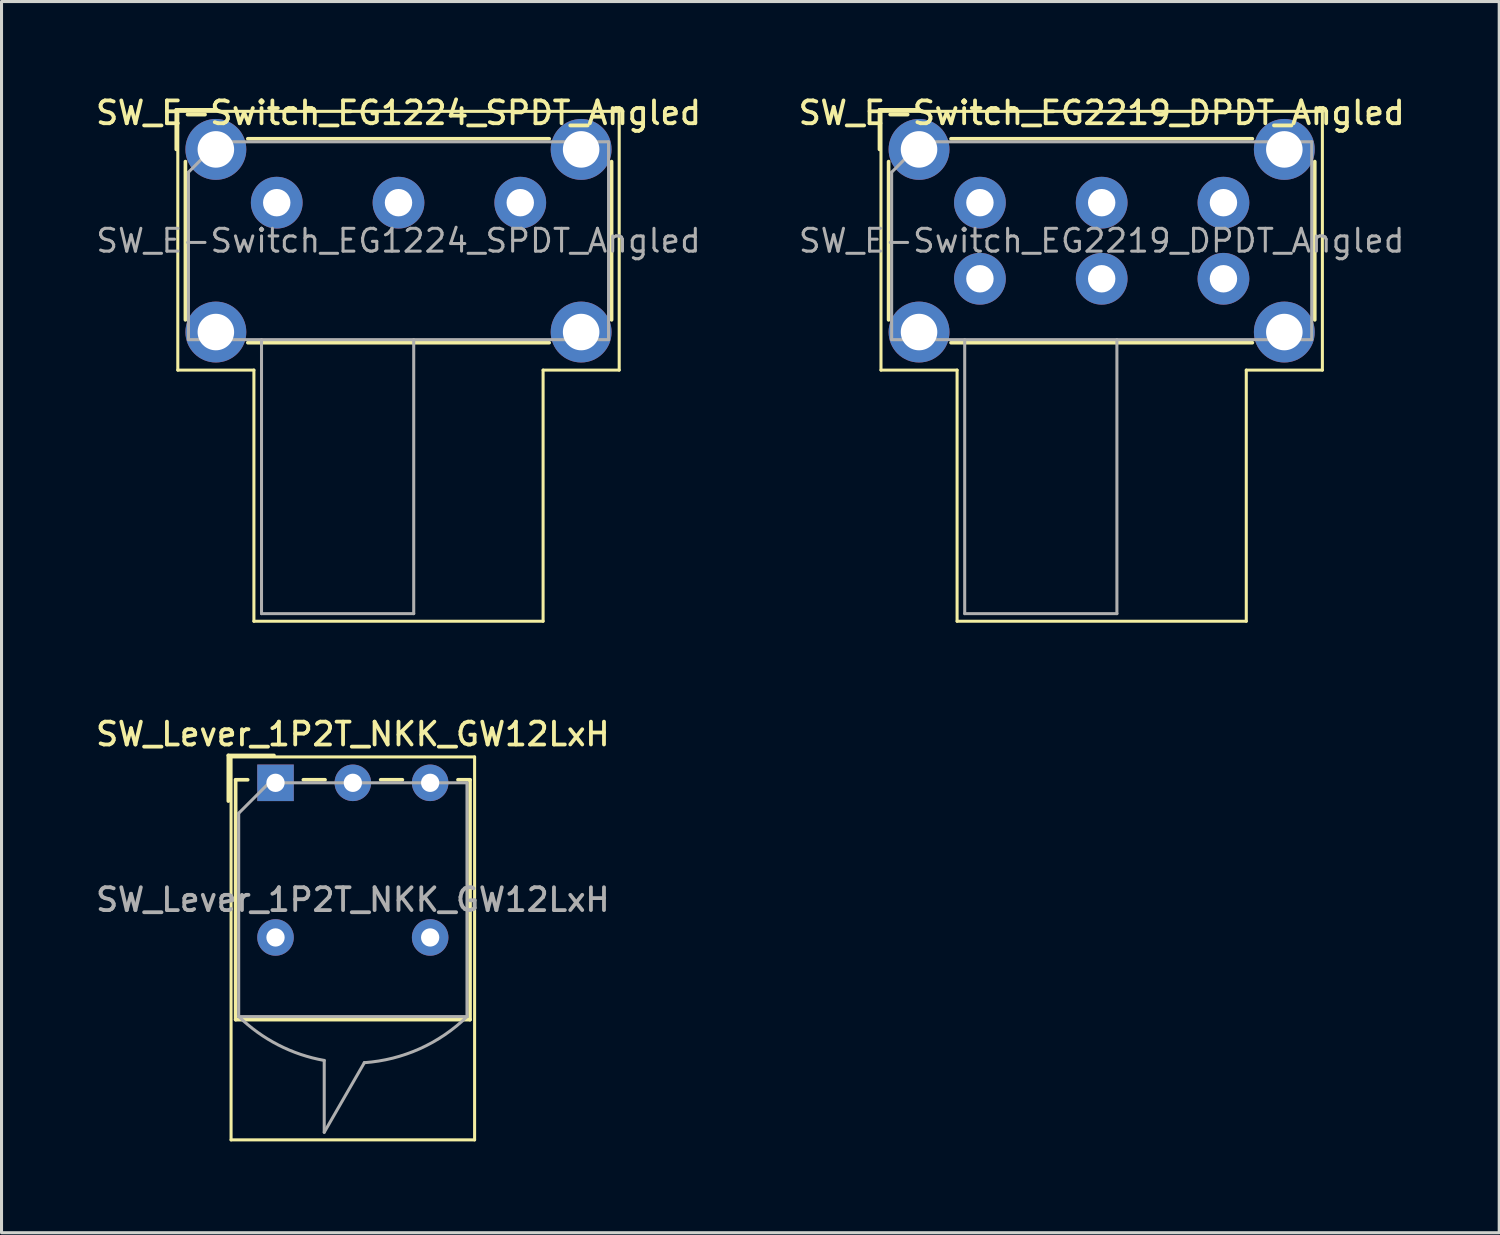
<source format=kicad_pcb>
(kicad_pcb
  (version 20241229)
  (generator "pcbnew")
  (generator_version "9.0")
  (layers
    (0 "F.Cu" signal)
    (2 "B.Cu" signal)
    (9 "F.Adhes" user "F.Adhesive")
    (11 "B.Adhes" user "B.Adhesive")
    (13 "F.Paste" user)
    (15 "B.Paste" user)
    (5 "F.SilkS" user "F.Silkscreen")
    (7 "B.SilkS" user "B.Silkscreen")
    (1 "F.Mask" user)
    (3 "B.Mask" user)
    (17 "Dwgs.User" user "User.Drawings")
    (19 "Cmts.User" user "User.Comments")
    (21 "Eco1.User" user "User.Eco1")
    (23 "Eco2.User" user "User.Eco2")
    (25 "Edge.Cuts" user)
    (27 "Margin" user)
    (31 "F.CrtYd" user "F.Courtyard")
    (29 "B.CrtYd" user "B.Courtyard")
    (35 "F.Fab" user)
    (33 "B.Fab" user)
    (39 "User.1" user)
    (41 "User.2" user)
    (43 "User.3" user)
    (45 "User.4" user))
  (footprint "SW_E-Switch_EG1224_SPDT_Angled"
    (layer "F.Cu")
    (at 6.041 3.608)
    (property "Reference" "SW_E-Switch_EG1224_SPDT_Angled" (at 4 -2.95 0) (layer "F.SilkS") (effects (font (size 0.75 0.75) (thickness 0.125))))
    (attr through_hole)
    (fp_line (start -3.3 -3.05) (end -2 -3.05) (stroke (width 0.12) (type solid)) (layer "F.SilkS"))
    (fp_line (start -3.3 -1.75) (end -3.3 -3.05) (stroke (width 0.12) (type solid)) (layer "F.SilkS"))
    (fp_line (start -3.25 -3) (end 11.25 -3) (stroke (width 0.1) (type solid)) (layer "F.SilkS"))
    (fp_line (start -3.25 5.5) (end -3.25 -3) (stroke (width 0.1) (type solid)) (layer "F.SilkS"))
    (fp_line (start -3 3.85) (end -3 -1.35) (stroke (width 0.12) (type solid)) (layer "F.SilkS"))
    (fp_line (start -0.95 -2.1) (end 8.95 -2.1) (stroke (width 0.12) (type solid)) (layer "F.SilkS"))
    (fp_line (start -0.75 5.5) (end -3.25 5.5) (stroke (width 0.1) (type solid)) (layer "F.SilkS"))
    (fp_line (start -0.75 13.75) (end -0.75 5.5) (stroke (width 0.1) (type solid)) (layer "F.SilkS"))
    (fp_line (start 8.75 5.5) (end 8.75 13.75) (stroke (width 0.1) (type solid)) (layer "F.SilkS"))
    (fp_line (start 8.75 13.75) (end -0.75 13.75) (stroke (width 0.1) (type solid)) (layer "F.SilkS"))
    (fp_line (start 8.95 4.6) (end -0.95 4.6) (stroke (width 0.12) (type solid)) (layer "F.SilkS"))
    (fp_line (start 11 -1.35) (end 11 3.85) (stroke (width 0.12) (type solid)) (layer "F.SilkS"))
    (fp_line (start 11.25 -3) (end 11.25 5.5) (stroke (width 0.1) (type solid)) (layer "F.SilkS"))
    (fp_line (start 11.25 5.5) (end 8.75 5.5) (stroke (width 0.1) (type solid)) (layer "F.SilkS"))
    (fp_line (start -2.9 4.5) (end -2.9 -1) (stroke (width 0.1) (type solid)) (layer "F.Fab"))
    (fp_line (start -1.9 -2) (end -2.9 -1) (stroke (width 0.1) (type solid)) (layer "F.Fab"))
    (fp_line (start -1.9 -2) (end 10.9 -2) (stroke (width 0.1) (type solid)) (layer "F.Fab"))
    (fp_line (start -0.5 13.5) (end -0.5 4.5) (stroke (width 0.1) (type solid)) (layer "F.Fab"))
    (fp_line (start 4.5 4.5) (end 4.5 13.5) (stroke (width 0.1) (type solid)) (layer "F.Fab"))
    (fp_line (start 4.5 13.5) (end -0.5 13.5) (stroke (width 0.1) (type solid)) (layer "F.Fab"))
    (fp_line (start 10.9 -2) (end 10.9 4.5) (stroke (width 0.1) (type solid)) (layer "F.Fab"))
    (fp_line (start 10.9 4.5) (end -2.9 4.5) (stroke (width 0.1) (type solid)) (layer "F.Fab"))
    (fp_text user "${REFERENCE}" (at 4 1.25 0) (layer "F.Fab") (effects (font (size 0.75 0.75) (thickness 0.1))))
    (pad "" thru_hole circle (at -2 -1.75) (size 2 2) (drill 1.2) (layers "*.Cu" "*.Mask"))
    (pad "" thru_hole circle (at -2 4.25) (size 2 2) (drill 1.2) (layers "*.Cu" "*.Mask"))
    (pad "" thru_hole circle (at 10 -1.75) (size 2 2) (drill 1.2) (layers "*.Cu" "*.Mask"))
    (pad "" thru_hole circle (at 10 4.25) (size 2 2) (drill 1.2) (layers "*.Cu" "*.Mask"))
    (pad "1" thru_hole circle (at 0 0) (size 1.7 1.7) (drill 0.9) (layers "*.Cu" "*.Mask"))
    (pad "2" thru_hole circle (at 4 0) (size 1.7 1.7) (drill 0.9) (layers "*.Cu" "*.Mask"))
    (pad "3" thru_hole circle (at 8 0) (size 1.7 1.7) (drill 0.9) (layers "*.Cu" "*.Mask")))
  (footprint "SW_E-Switch_EG2219_DPDT_Angled"
    (layer "F.Cu")
    (at 29.141 3.608)
    (property "Reference" "SW_E-Switch_EG2219_DPDT_Angled" (at 4 -2.95 0) (layer "F.SilkS") (effects (font (size 0.75 0.75) (thickness 0.125))))
    (attr through_hole)
    (fp_line (start -3.3 -3.05) (end -2 -3.05) (stroke (width 0.12) (type solid)) (layer "F.SilkS"))
    (fp_line (start -3.3 -1.75) (end -3.3 -3.05) (stroke (width 0.12) (type solid)) (layer "F.SilkS"))
    (fp_line (start -3.25 -3) (end 11.25 -3) (stroke (width 0.1) (type solid)) (layer "F.SilkS"))
    (fp_line (start -3.25 5.5) (end -3.25 -3) (stroke (width 0.1) (type solid)) (layer "F.SilkS"))
    (fp_line (start -3 3.85) (end -3 -1.35) (stroke (width 0.12) (type solid)) (layer "F.SilkS"))
    (fp_line (start -0.95 -2.1) (end 8.95 -2.1) (stroke (width 0.12) (type solid)) (layer "F.SilkS"))
    (fp_line (start -0.75 5.5) (end -3.25 5.5) (stroke (width 0.1) (type solid)) (layer "F.SilkS"))
    (fp_line (start -0.75 13.75) (end -0.75 5.5) (stroke (width 0.1) (type solid)) (layer "F.SilkS"))
    (fp_line (start 8.75 5.5) (end 8.75 13.75) (stroke (width 0.1) (type solid)) (layer "F.SilkS"))
    (fp_line (start 8.75 13.75) (end -0.75 13.75) (stroke (width 0.1) (type solid)) (layer "F.SilkS"))
    (fp_line (start 8.95 4.6) (end -0.95 4.6) (stroke (width 0.12) (type solid)) (layer "F.SilkS"))
    (fp_line (start 11 -1.35) (end 11 3.85) (stroke (width 0.12) (type solid)) (layer "F.SilkS"))
    (fp_line (start 11.25 -3) (end 11.25 5.5) (stroke (width 0.1) (type solid)) (layer "F.SilkS"))
    (fp_line (start 11.25 5.5) (end 8.75 5.5) (stroke (width 0.1) (type solid)) (layer "F.SilkS"))
    (fp_line (start -2.9 4.5) (end -2.9 -1) (stroke (width 0.1) (type solid)) (layer "F.Fab"))
    (fp_line (start -1.9 -2) (end -2.9 -1) (stroke (width 0.1) (type solid)) (layer "F.Fab"))
    (fp_line (start -1.9 -2) (end 10.9 -2) (stroke (width 0.1) (type solid)) (layer "F.Fab"))
    (fp_line (start -0.5 13.5) (end -0.5 4.5) (stroke (width 0.1) (type solid)) (layer "F.Fab"))
    (fp_line (start 4.5 4.5) (end 4.5 13.5) (stroke (width 0.1) (type solid)) (layer "F.Fab"))
    (fp_line (start 4.5 13.5) (end -0.5 13.5) (stroke (width 0.1) (type solid)) (layer "F.Fab"))
    (fp_line (start 10.9 -2) (end 10.9 4.5) (stroke (width 0.1) (type solid)) (layer "F.Fab"))
    (fp_line (start 10.9 4.5) (end -2.9 4.5) (stroke (width 0.1) (type solid)) (layer "F.Fab"))
    (fp_text user "${REFERENCE}" (at 4 1.25 0) (layer "F.Fab") (effects (font (size 0.75 0.75) (thickness 0.1))))
    (pad "" thru_hole circle (at -2 -1.75) (size 2 2) (drill 1.2) (layers "*.Cu" "*.Mask"))
    (pad "" thru_hole circle (at -2 4.25) (size 2 2) (drill 1.2) (layers "*.Cu" "*.Mask"))
    (pad "" thru_hole circle (at 10 -1.75) (size 2 2) (drill 1.2) (layers "*.Cu" "*.Mask"))
    (pad "" thru_hole circle (at 10 4.25) (size 2 2) (drill 1.2) (layers "*.Cu" "*.Mask"))
    (pad "1" thru_hole circle (at 0 0) (size 1.7 1.7) (drill 0.9) (layers "*.Cu" "*.Mask"))
    (pad "2" thru_hole circle (at 4 0) (size 1.7 1.7) (drill 0.9) (layers "*.Cu" "*.Mask"))
    (pad "3" thru_hole circle (at 8 0) (size 1.7 1.7) (drill 0.9) (layers "*.Cu" "*.Mask"))
    (pad "4" thru_hole circle (at 0 2.5) (size 1.7 1.7) (drill 0.9) (layers "*.Cu" "*.Mask"))
    (pad "5" thru_hole circle (at 4 2.5) (size 1.7 1.7) (drill 0.9) (layers "*.Cu" "*.Mask"))
    (pad "6" thru_hole circle (at 8 2.5) (size 1.7 1.7) (drill 0.9) (layers "*.Cu" "*.Mask")))
  (footprint "SW_Lever_1P2T_NKK_GW12LxH"
    (layer "F.Cu")
    (at 6.001 22.666)
    (property "Reference" "SW_Lever_1P2T_NKK_GW12LxH" (at 2.54 -1.6 0) (layer "F.SilkS") (effects (font (size 0.75 0.75) (thickness 0.125))))
    (attr through_hole)
    (fp_line (start -1.55 -0.9) (end -0.05 -0.9) (stroke (width 0.12) (type solid)) (layer "F.SilkS"))
    (fp_line (start -1.55 0.6) (end -1.55 -0.9) (stroke (width 0.12) (type solid)) (layer "F.SilkS"))
    (fp_line (start -1.46 -0.85) (end -1.46 11.73) (stroke (width 0.1) (type solid)) (layer "F.SilkS"))
    (fp_line (start -1.46 11.73) (end 6.54 11.73) (stroke (width 0.1) (type solid)) (layer "F.SilkS"))
    (fp_line (start -1.31 -0.1) (end -1.31 7.78) (stroke (width 0.12) (type solid)) (layer "F.SilkS"))
    (fp_line (start -1.31 -0.1) (end -0.914 -0.1) (stroke (width 0.12) (type solid)) (layer "F.SilkS"))
    (fp_line (start -1.31 7.78) (end 6.39 7.78) (stroke (width 0.12) (type solid)) (layer "F.SilkS"))
    (fp_line (start 0.914 -0.1) (end 1.627 -0.1) (stroke (width 0.12) (type solid)) (layer "F.SilkS"))
    (fp_line (start 3.454 -0.1) (end 4.167 -0.1) (stroke (width 0.12) (type solid)) (layer "F.SilkS"))
    (fp_line (start 5.994 -0.1) (end 6.39 -0.1) (stroke (width 0.12) (type solid)) (layer "F.SilkS"))
    (fp_line (start 6.39 -0.1) (end 6.39 7.78) (stroke (width 0.12) (type solid)) (layer "F.SilkS"))
    (fp_line (start 6.54 -0.85) (end -1.46 -0.85) (stroke (width 0.1) (type solid)) (layer "F.SilkS"))
    (fp_line (start 6.54 11.73) (end 6.54 -0.85) (stroke (width 0.1) (type solid)) (layer "F.SilkS"))
    (fp_line (start -1.21 1) (end -0.21 0) (stroke (width 0.1) (type solid)) (layer "F.Fab"))
    (fp_line (start -1.21 7.68) (end -1.21 1) (stroke (width 0.1) (type solid)) (layer "F.Fab"))
    (fp_line (start -0.21 0) (end 6.29 0) (stroke (width 0.1) (type solid)) (layer "F.Fab"))
    (fp_line (start 1.6 9.12) (end 1.6 11.48) (stroke (width 0.1) (type solid)) (layer "F.Fab"))
    (fp_line (start 1.6 11.48) (end 2.92 9.19) (stroke (width 0.1) (type solid)) (layer "F.Fab"))
    (fp_line (start 6.29 0) (end 6.29 7.68) (stroke (width 0.1) (type solid)) (layer "F.Fab"))
    (fp_line (start 6.29 7.68) (end -1.21 7.68) (stroke (width 0.1) (type solid)) (layer "F.Fab"))
    (fp_arc (start 1.6 9.12) (mid 0.089022 8.610189) (end -1.205256 7.678627) (stroke (width 0.1) (type solid)) (layer "F.Fab"))
    (fp_arc (start 6.29 7.68) (mid 4.737678 8.736766) (end 2.916333 9.194108) (stroke (width 0.1) (type solid)) (layer "F.Fab"))
    (fp_text user "${REFERENCE}" (at 2.54 3.84 0) (layer "F.Fab") (effects (font (size 0.75 0.75) (thickness 0.125))))
    (pad "" thru_hole circle (at 0 5.08) (size 1.2 1.2) (drill 0.6) (layers "*.Cu" "*.Mask"))
    (pad "" thru_hole circle (at 5.08 5.08) (size 1.2 1.2) (drill 0.6) (layers "*.Cu" "*.Mask"))
    (pad "1" thru_hole rect (at 0 0) (size 1.2 1.2) (drill 0.6) (layers "*.Cu" "*.Mask"))
    (pad "2" thru_hole circle (at 2.54 0) (size 1.2 1.2) (drill 0.6) (layers "*.Cu" "*.Mask"))
    (pad "3" thru_hole circle (at 5.08 0) (size 1.2 1.2) (drill 0.6) (layers "*.Cu" "*.Mask")))
  (gr_rect
    (start -3 -3)
    (end 46.2 37.446)
    (stroke (width 0.1) (type default))
    (fill no)
    (layer "Edge.Cuts")))
</source>
